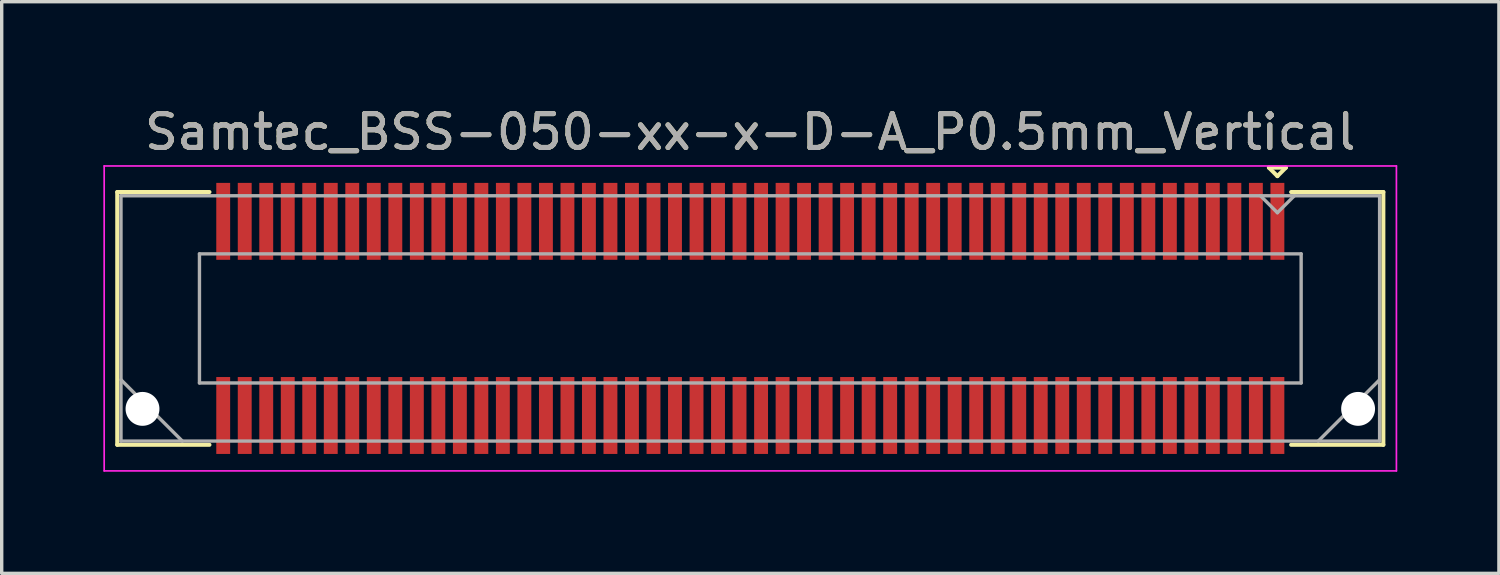
<source format=kicad_pcb>
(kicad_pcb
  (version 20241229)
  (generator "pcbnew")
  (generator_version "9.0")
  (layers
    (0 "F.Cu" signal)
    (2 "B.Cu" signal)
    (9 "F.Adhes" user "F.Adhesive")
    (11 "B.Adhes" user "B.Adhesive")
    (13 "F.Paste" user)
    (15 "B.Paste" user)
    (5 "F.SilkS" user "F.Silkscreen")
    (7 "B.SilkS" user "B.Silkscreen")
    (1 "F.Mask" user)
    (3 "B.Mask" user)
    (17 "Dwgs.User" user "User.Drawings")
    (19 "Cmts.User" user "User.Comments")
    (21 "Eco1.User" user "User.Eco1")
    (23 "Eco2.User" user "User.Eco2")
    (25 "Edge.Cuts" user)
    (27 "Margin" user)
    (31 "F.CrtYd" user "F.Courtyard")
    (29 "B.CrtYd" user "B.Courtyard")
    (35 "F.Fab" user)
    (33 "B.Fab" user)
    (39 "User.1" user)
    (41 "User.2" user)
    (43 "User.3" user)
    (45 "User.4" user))
  (footprint "Samtec_BSS-050-xx-x-D-A_P0.5mm_Vertical"
    (layer "F.Cu")
    (at 19.095 6.348)
    (property "Reference" "Samtec_BSS-050-xx-x-D-A_P0.5mm_Vertical" (at 0 -5.5 0) (layer "F.SilkS") (effects (font (size 1 1) (thickness 0.15))))
    (attr smd)
    (fp_line (start -18.684 -3.73) (end -15.963 -3.73) (stroke (width 0.12) (type solid)) (layer "F.SilkS"))
    (fp_line (start -18.684 3.73) (end -18.684 -3.73) (stroke (width 0.12) (type solid)) (layer "F.SilkS"))
    (fp_line (start -15.963 3.73) (end -18.684 3.73) (stroke (width 0.12) (type solid)) (layer "F.SilkS"))
    (fp_line (start 15.307 -4.45) (end 15.807 -4.45) (stroke (width 0.12) (type solid)) (layer "F.SilkS"))
    (fp_line (start 15.557 -4.2) (end 15.307 -4.45) (stroke (width 0.12) (type solid)) (layer "F.SilkS"))
    (fp_line (start 15.807 -4.45) (end 15.557 -4.2) (stroke (width 0.12) (type solid)) (layer "F.SilkS"))
    (fp_line (start 15.963 3.73) (end 18.684 3.73) (stroke (width 0.12) (type solid)) (layer "F.SilkS"))
    (fp_line (start 18.684 -3.73) (end 15.963 -3.73) (stroke (width 0.12) (type solid)) (layer "F.SilkS"))
    (fp_line (start 18.684 3.73) (end 18.684 -3.73) (stroke (width 0.12) (type solid)) (layer "F.SilkS"))
    (fp_line (start -19.07 -4.5) (end -19.07 4.5) (stroke (width 0.05) (type solid)) (layer "F.CrtYd"))
    (fp_line (start -19.07 4.5) (end 19.07 4.5) (stroke (width 0.05) (type solid)) (layer "F.CrtYd"))
    (fp_line (start 19.07 -4.5) (end -19.07 -4.5) (stroke (width 0.05) (type solid)) (layer "F.CrtYd"))
    (fp_line (start 19.07 4.5) (end 19.07 -4.5) (stroke (width 0.05) (type solid)) (layer "F.CrtYd"))
    (fp_line (start -18.574 -3.62) (end -18.574 3.62) (stroke (width 0.1) (type solid)) (layer "F.Fab"))
    (fp_line (start -18.574 1.81) (end -16.764 3.62) (stroke (width 0.1) (type solid)) (layer "F.Fab"))
    (fp_line (start -18.574 3.62) (end 18.574 3.62) (stroke (width 0.1) (type solid)) (layer "F.Fab"))
    (fp_line (start -16.258 -1.905) (end -16.258 1.905) (stroke (width 0.1) (type solid)) (layer "F.Fab"))
    (fp_line (start -16.258 1.905) (end 16.258 1.905) (stroke (width 0.1) (type solid)) (layer "F.Fab"))
    (fp_line (start 15.557 -3.12) (end 15.057 -3.62) (stroke (width 0.1) (type solid)) (layer "F.Fab"))
    (fp_line (start 16.058 -3.62) (end 15.557 -3.12) (stroke (width 0.1) (type solid)) (layer "F.Fab"))
    (fp_line (start 16.258 -1.905) (end -16.258 -1.905) (stroke (width 0.1) (type solid)) (layer "F.Fab"))
    (fp_line (start 16.258 1.905) (end 16.258 -1.905) (stroke (width 0.1) (type solid)) (layer "F.Fab"))
    (fp_line (start 18.574 -3.62) (end -18.574 -3.62) (stroke (width 0.1) (type solid)) (layer "F.Fab"))
    (fp_line (start 18.574 1.81) (end 16.764 3.62) (stroke (width 0.1) (type solid)) (layer "F.Fab"))
    (fp_line (start 18.574 3.62) (end 18.574 -3.62) (stroke (width 0.1) (type solid)) (layer "F.Fab"))
    (fp_text user "${REFERENCE}" (at 0 -5.5 0) (layer "F.Fab") (effects (font (size 1 1) (thickness 0.15))))
    (pad "" np_thru_hole circle (at -17.939 2.67) (size 1 1) (drill 1) (layers "*.Cu" "*.Mask"))
    (pad "" np_thru_hole circle (at 17.939 2.67) (size 1 1) (drill 1) (layers "*.Cu" "*.Mask"))
    (pad "1" smd rect (at 15.557 -2.865) (size 0.41 2.27) (layers "F.Cu" "F.Mask" "F.Paste"))
    (pad "2" smd rect (at 15.557 2.865) (size 0.41 2.27) (layers "F.Cu" "F.Mask" "F.Paste"))
    (pad "3" smd rect (at 14.922 -2.865) (size 0.41 2.27) (layers "F.Cu" "F.Mask" "F.Paste"))
    (pad "4" smd rect (at 14.922 2.865) (size 0.41 2.27) (layers "F.Cu" "F.Mask" "F.Paste"))
    (pad "5" smd rect (at 14.287 -2.865) (size 0.41 2.27) (layers "F.Cu" "F.Mask" "F.Paste"))
    (pad "6" smd rect (at 14.287 2.865) (size 0.41 2.27) (layers "F.Cu" "F.Mask" "F.Paste"))
    (pad "7" smd rect (at 13.652 -2.865) (size 0.41 2.27) (layers "F.Cu" "F.Mask" "F.Paste"))
    (pad "8" smd rect (at 13.652 2.865) (size 0.41 2.27) (layers "F.Cu" "F.Mask" "F.Paste"))
    (pad "9" smd rect (at 13.018 -2.865) (size 0.41 2.27) (layers "F.Cu" "F.Mask" "F.Paste"))
    (pad "10" smd rect (at 13.018 2.865) (size 0.41 2.27) (layers "F.Cu" "F.Mask" "F.Paste"))
    (pad "11" smd rect (at 12.383 -2.865) (size 0.41 2.27) (layers "F.Cu" "F.Mask" "F.Paste"))
    (pad "12" smd rect (at 12.383 2.865) (size 0.41 2.27) (layers "F.Cu" "F.Mask" "F.Paste"))
    (pad "13" smd rect (at 11.748 -2.865) (size 0.41 2.27) (layers "F.Cu" "F.Mask" "F.Paste"))
    (pad "14" smd rect (at 11.748 2.865) (size 0.41 2.27) (layers "F.Cu" "F.Mask" "F.Paste"))
    (pad "15" smd rect (at 11.113 -2.865) (size 0.41 2.27) (layers "F.Cu" "F.Mask" "F.Paste"))
    (pad "16" smd rect (at 11.113 2.865) (size 0.41 2.27) (layers "F.Cu" "F.Mask" "F.Paste"))
    (pad "17" smd rect (at 10.477 -2.865) (size 0.41 2.27) (layers "F.Cu" "F.Mask" "F.Paste"))
    (pad "18" smd rect (at 10.477 2.865) (size 0.41 2.27) (layers "F.Cu" "F.Mask" "F.Paste"))
    (pad "19" smd rect (at 9.842 -2.865) (size 0.41 2.27) (layers "F.Cu" "F.Mask" "F.Paste"))
    (pad "20" smd rect (at 9.842 2.865) (size 0.41 2.27) (layers "F.Cu" "F.Mask" "F.Paste"))
    (pad "21" smd rect (at 9.207 -2.865) (size 0.41 2.27) (layers "F.Cu" "F.Mask" "F.Paste"))
    (pad "22" smd rect (at 9.207 2.865) (size 0.41 2.27) (layers "F.Cu" "F.Mask" "F.Paste"))
    (pad "23" smd rect (at 8.572 -2.865) (size 0.41 2.27) (layers "F.Cu" "F.Mask" "F.Paste"))
    (pad "24" smd rect (at 8.572 2.865) (size 0.41 2.27) (layers "F.Cu" "F.Mask" "F.Paste"))
    (pad "25" smd rect (at 7.938 -2.865) (size 0.41 2.27) (layers "F.Cu" "F.Mask" "F.Paste"))
    (pad "26" smd rect (at 7.938 2.865) (size 0.41 2.27) (layers "F.Cu" "F.Mask" "F.Paste"))
    (pad "27" smd rect (at 7.303 -2.865) (size 0.41 2.27) (layers "F.Cu" "F.Mask" "F.Paste"))
    (pad "28" smd rect (at 7.303 2.865) (size 0.41 2.27) (layers "F.Cu" "F.Mask" "F.Paste"))
    (pad "29" smd rect (at 6.668 -2.865) (size 0.41 2.27) (layers "F.Cu" "F.Mask" "F.Paste"))
    (pad "30" smd rect (at 6.668 2.865) (size 0.41 2.27) (layers "F.Cu" "F.Mask" "F.Paste"))
    (pad "31" smd rect (at 6.032 -2.865) (size 0.41 2.27) (layers "F.Cu" "F.Mask" "F.Paste"))
    (pad "32" smd rect (at 6.032 2.865) (size 0.41 2.27) (layers "F.Cu" "F.Mask" "F.Paste"))
    (pad "33" smd rect (at 5.397 -2.865) (size 0.41 2.27) (layers "F.Cu" "F.Mask" "F.Paste"))
    (pad "34" smd rect (at 5.397 2.865) (size 0.41 2.27) (layers "F.Cu" "F.Mask" "F.Paste"))
    (pad "35" smd rect (at 4.763 -2.865) (size 0.41 2.27) (layers "F.Cu" "F.Mask" "F.Paste"))
    (pad "36" smd rect (at 4.763 2.865) (size 0.41 2.27) (layers "F.Cu" "F.Mask" "F.Paste"))
    (pad "37" smd rect (at 4.128 -2.865) (size 0.41 2.27) (layers "F.Cu" "F.Mask" "F.Paste"))
    (pad "38" smd rect (at 4.128 2.865) (size 0.41 2.27) (layers "F.Cu" "F.Mask" "F.Paste"))
    (pad "39" smd rect (at 3.493 -2.865) (size 0.41 2.27) (layers "F.Cu" "F.Mask" "F.Paste"))
    (pad "40" smd rect (at 3.493 2.865) (size 0.41 2.27) (layers "F.Cu" "F.Mask" "F.Paste"))
    (pad "41" smd rect (at 2.857 -2.865) (size 0.41 2.27) (layers "F.Cu" "F.Mask" "F.Paste"))
    (pad "42" smd rect (at 2.857 2.865) (size 0.41 2.27) (layers "F.Cu" "F.Mask" "F.Paste"))
    (pad "43" smd rect (at 2.223 -2.865) (size 0.41 2.27) (layers "F.Cu" "F.Mask" "F.Paste"))
    (pad "44" smd rect (at 2.223 2.865) (size 0.41 2.27) (layers "F.Cu" "F.Mask" "F.Paste"))
    (pad "45" smd rect (at 1.587 -2.865) (size 0.41 2.27) (layers "F.Cu" "F.Mask" "F.Paste"))
    (pad "46" smd rect (at 1.587 2.865) (size 0.41 2.27) (layers "F.Cu" "F.Mask" "F.Paste"))
    (pad "47" smd rect (at 0.953 -2.865) (size 0.41 2.27) (layers "F.Cu" "F.Mask" "F.Paste"))
    (pad "48" smd rect (at 0.953 2.865) (size 0.41 2.27) (layers "F.Cu" "F.Mask" "F.Paste"))
    (pad "49" smd rect (at 0.318 -2.865) (size 0.41 2.27) (layers "F.Cu" "F.Mask" "F.Paste"))
    (pad "50" smd rect (at 0.318 2.865) (size 0.41 2.27) (layers "F.Cu" "F.Mask" "F.Paste"))
    (pad "51" smd rect (at -0.318 -2.865) (size 0.41 2.27) (layers "F.Cu" "F.Mask" "F.Paste"))
    (pad "52" smd rect (at -0.318 2.865) (size 0.41 2.27) (layers "F.Cu" "F.Mask" "F.Paste"))
    (pad "53" smd rect (at -0.953 -2.865) (size 0.41 2.27) (layers "F.Cu" "F.Mask" "F.Paste"))
    (pad "54" smd rect (at -0.953 2.865) (size 0.41 2.27) (layers "F.Cu" "F.Mask" "F.Paste"))
    (pad "55" smd rect (at -1.587 -2.865) (size 0.41 2.27) (layers "F.Cu" "F.Mask" "F.Paste"))
    (pad "56" smd rect (at -1.587 2.865) (size 0.41 2.27) (layers "F.Cu" "F.Mask" "F.Paste"))
    (pad "57" smd rect (at -2.223 -2.865) (size 0.41 2.27) (layers "F.Cu" "F.Mask" "F.Paste"))
    (pad "58" smd rect (at -2.223 2.865) (size 0.41 2.27) (layers "F.Cu" "F.Mask" "F.Paste"))
    (pad "59" smd rect (at -2.857 -2.865) (size 0.41 2.27) (layers "F.Cu" "F.Mask" "F.Paste"))
    (pad "60" smd rect (at -2.857 2.865) (size 0.41 2.27) (layers "F.Cu" "F.Mask" "F.Paste"))
    (pad "61" smd rect (at -3.493 -2.865) (size 0.41 2.27) (layers "F.Cu" "F.Mask" "F.Paste"))
    (pad "62" smd rect (at -3.493 2.865) (size 0.41 2.27) (layers "F.Cu" "F.Mask" "F.Paste"))
    (pad "63" smd rect (at -4.128 -2.865) (size 0.41 2.27) (layers "F.Cu" "F.Mask" "F.Paste"))
    (pad "64" smd rect (at -4.128 2.865) (size 0.41 2.27) (layers "F.Cu" "F.Mask" "F.Paste"))
    (pad "65" smd rect (at -4.763 -2.865) (size 0.41 2.27) (layers "F.Cu" "F.Mask" "F.Paste"))
    (pad "66" smd rect (at -4.763 2.865) (size 0.41 2.27) (layers "F.Cu" "F.Mask" "F.Paste"))
    (pad "67" smd rect (at -5.397 -2.865) (size 0.41 2.27) (layers "F.Cu" "F.Mask" "F.Paste"))
    (pad "68" smd rect (at -5.397 2.865) (size 0.41 2.27) (layers "F.Cu" "F.Mask" "F.Paste"))
    (pad "69" smd rect (at -6.032 -2.865) (size 0.41 2.27) (layers "F.Cu" "F.Mask" "F.Paste"))
    (pad "70" smd rect (at -6.032 2.865) (size 0.41 2.27) (layers "F.Cu" "F.Mask" "F.Paste"))
    (pad "71" smd rect (at -6.668 -2.865) (size 0.41 2.27) (layers "F.Cu" "F.Mask" "F.Paste"))
    (pad "72" smd rect (at -6.668 2.865) (size 0.41 2.27) (layers "F.Cu" "F.Mask" "F.Paste"))
    (pad "73" smd rect (at -7.303 -2.865) (size 0.41 2.27) (layers "F.Cu" "F.Mask" "F.Paste"))
    (pad "74" smd rect (at -7.303 2.865) (size 0.41 2.27) (layers "F.Cu" "F.Mask" "F.Paste"))
    (pad "75" smd rect (at -7.938 -2.865) (size 0.41 2.27) (layers "F.Cu" "F.Mask" "F.Paste"))
    (pad "76" smd rect (at -7.938 2.865) (size 0.41 2.27) (layers "F.Cu" "F.Mask" "F.Paste"))
    (pad "77" smd rect (at -8.572 -2.865) (size 0.41 2.27) (layers "F.Cu" "F.Mask" "F.Paste"))
    (pad "78" smd rect (at -8.572 2.865) (size 0.41 2.27) (layers "F.Cu" "F.Mask" "F.Paste"))
    (pad "79" smd rect (at -9.207 -2.865) (size 0.41 2.27) (layers "F.Cu" "F.Mask" "F.Paste"))
    (pad "80" smd rect (at -9.207 2.865) (size 0.41 2.27) (layers "F.Cu" "F.Mask" "F.Paste"))
    (pad "81" smd rect (at -9.842 -2.865) (size 0.41 2.27) (layers "F.Cu" "F.Mask" "F.Paste"))
    (pad "82" smd rect (at -9.842 2.865) (size 0.41 2.27) (layers "F.Cu" "F.Mask" "F.Paste"))
    (pad "83" smd rect (at -10.477 -2.865) (size 0.41 2.27) (layers "F.Cu" "F.Mask" "F.Paste"))
    (pad "84" smd rect (at -10.477 2.865) (size 0.41 2.27) (layers "F.Cu" "F.Mask" "F.Paste"))
    (pad "85" smd rect (at -11.113 -2.865) (size 0.41 2.27) (layers "F.Cu" "F.Mask" "F.Paste"))
    (pad "86" smd rect (at -11.113 2.865) (size 0.41 2.27) (layers "F.Cu" "F.Mask" "F.Paste"))
    (pad "87" smd rect (at -11.748 -2.865) (size 0.41 2.27) (layers "F.Cu" "F.Mask" "F.Paste"))
    (pad "88" smd rect (at -11.748 2.865) (size 0.41 2.27) (layers "F.Cu" "F.Mask" "F.Paste"))
    (pad "89" smd rect (at -12.383 -2.865) (size 0.41 2.27) (layers "F.Cu" "F.Mask" "F.Paste"))
    (pad "90" smd rect (at -12.383 2.865) (size 0.41 2.27) (layers "F.Cu" "F.Mask" "F.Paste"))
    (pad "91" smd rect (at -13.018 -2.865) (size 0.41 2.27) (layers "F.Cu" "F.Mask" "F.Paste"))
    (pad "92" smd rect (at -13.018 2.865) (size 0.41 2.27) (layers "F.Cu" "F.Mask" "F.Paste"))
    (pad "93" smd rect (at -13.652 -2.865) (size 0.41 2.27) (layers "F.Cu" "F.Mask" "F.Paste"))
    (pad "94" smd rect (at -13.652 2.865) (size 0.41 2.27) (layers "F.Cu" "F.Mask" "F.Paste"))
    (pad "95" smd rect (at -14.287 -2.865) (size 0.41 2.27) (layers "F.Cu" "F.Mask" "F.Paste"))
    (pad "96" smd rect (at -14.287 2.865) (size 0.41 2.27) (layers "F.Cu" "F.Mask" "F.Paste"))
    (pad "97" smd rect (at -14.922 -2.865) (size 0.41 2.27) (layers "F.Cu" "F.Mask" "F.Paste"))
    (pad "98" smd rect (at -14.922 2.865) (size 0.41 2.27) (layers "F.Cu" "F.Mask" "F.Paste"))
    (pad "99" smd rect (at -15.557 -2.865) (size 0.41 2.27) (layers "F.Cu" "F.Mask" "F.Paste"))
    (pad "100" smd rect (at -15.557 2.865) (size 0.41 2.27) (layers "F.Cu" "F.Mask" "F.Paste")))
  (gr_rect
    (start -3 -3)
    (end 41.19 13.873)
    (stroke (width 0.1) (type default))
    (fill no)
    (layer "Edge.Cuts")))
</source>
